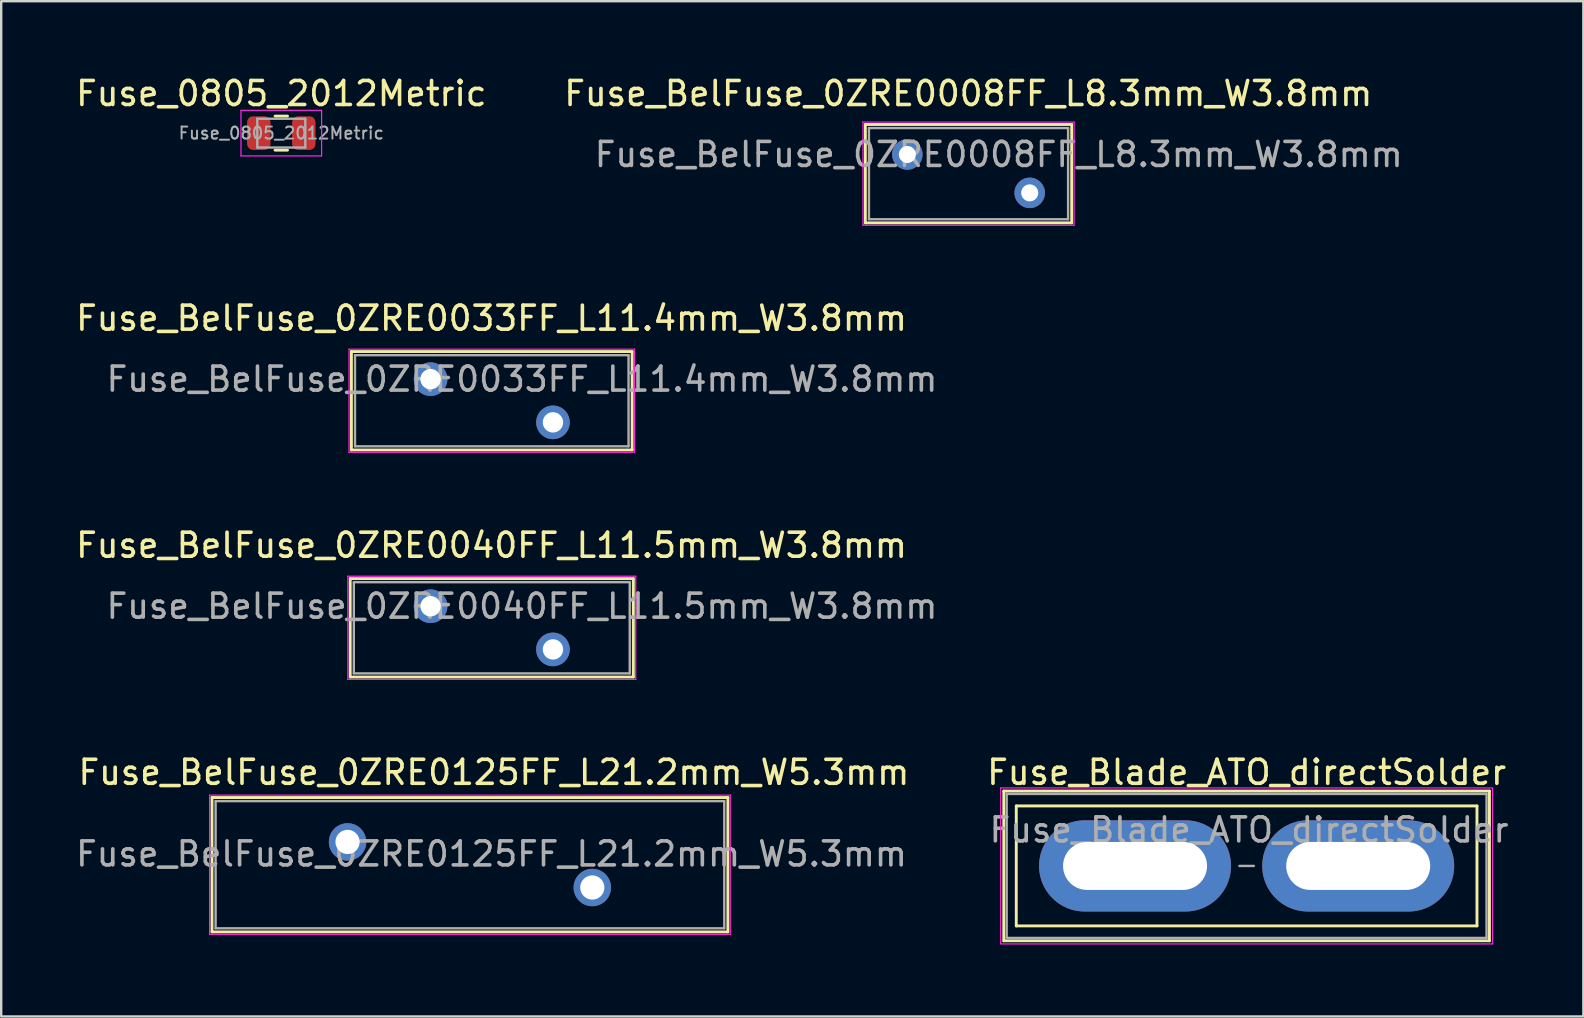
<source format=kicad_pcb>
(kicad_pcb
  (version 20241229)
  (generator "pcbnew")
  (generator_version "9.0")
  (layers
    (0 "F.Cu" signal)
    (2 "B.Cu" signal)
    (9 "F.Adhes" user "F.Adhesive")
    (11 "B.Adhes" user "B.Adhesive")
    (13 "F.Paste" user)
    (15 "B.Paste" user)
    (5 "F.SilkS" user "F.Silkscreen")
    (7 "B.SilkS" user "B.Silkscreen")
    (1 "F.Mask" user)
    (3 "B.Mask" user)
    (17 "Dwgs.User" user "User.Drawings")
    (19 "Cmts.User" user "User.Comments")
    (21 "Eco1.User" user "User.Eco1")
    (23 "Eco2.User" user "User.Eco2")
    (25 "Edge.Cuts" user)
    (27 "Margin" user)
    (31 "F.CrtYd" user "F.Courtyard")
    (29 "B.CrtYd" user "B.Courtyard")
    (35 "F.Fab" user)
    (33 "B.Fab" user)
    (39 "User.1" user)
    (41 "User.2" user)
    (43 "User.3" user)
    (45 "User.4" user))
  (footprint "Fuse_BelFuse_0ZRE0040FF_L11.5mm_W3.8mm"
    (layer "F.Cu")
    (at 14.895 22.215)
    (property "Reference" "Fuse_BelFuse_0ZRE0040FF_L11.5mm_W3.8mm" (at 2.54 -2.54 0) (layer "F.SilkS") (effects (font (size 1 1) (thickness 0.15))))
    (attr through_hole)
    (fp_line (start -3.35 -1.15) (end -3.35 2.95) (stroke (width 0.12) (type solid)) (layer "F.SilkS"))
    (fp_line (start -3.35 -1.15) (end 8.45 -1.15) (stroke (width 0.12) (type solid)) (layer "F.SilkS"))
    (fp_line (start -3.35 2.95) (end 8.45 2.95) (stroke (width 0.12) (type solid)) (layer "F.SilkS"))
    (fp_line (start 8.45 -1.15) (end 8.45 2.95) (stroke (width 0.12) (type solid)) (layer "F.SilkS"))
    (fp_line (start -3.45 -1.25) (end -3.45 3.05) (stroke (width 0.05) (type solid)) (layer "F.CrtYd"))
    (fp_line (start -3.45 -1.25) (end 8.55 -1.25) (stroke (width 0.05) (type solid)) (layer "F.CrtYd"))
    (fp_line (start -3.45 3.05) (end 8.55 3.05) (stroke (width 0.05) (type solid)) (layer "F.CrtYd"))
    (fp_line (start 8.55 -1.25) (end 8.55 3.05) (stroke (width 0.05) (type solid)) (layer "F.CrtYd"))
    (fp_line (start -3.2 -1) (end -3.2 2.8) (stroke (width 0.1) (type solid)) (layer "F.Fab"))
    (fp_line (start -3.2 -1) (end 8.3 -1) (stroke (width 0.1) (type solid)) (layer "F.Fab"))
    (fp_line (start -3.2 2.8) (end 8.3 2.8) (stroke (width 0.1) (type solid)) (layer "F.Fab"))
    (fp_line (start 8.3 -1) (end 8.3 2.8) (stroke (width 0.1) (type solid)) (layer "F.Fab"))
    (fp_text user "${REFERENCE}" (at 3.81 0 0) (layer "F.Fab") (effects (font (size 1 1) (thickness 0.15))))
    (pad "1" thru_hole circle (at 0 0) (size 1.4 1.4) (drill 0.85) (layers "*.Cu" "*.Mask"))
    (pad "2" thru_hole circle (at 5.1 1.8) (size 1.4 1.4) (drill 0.85) (layers "*.Cu" "*.Mask")))
  (footprint "Fuse_BelFuse_0ZRE0008FF_L8.3mm_W3.8mm"
    (layer "F.Cu")
    (at 34.764 3.388)
    (property "Reference" "Fuse_BelFuse_0ZRE0008FF_L8.3mm_W3.8mm" (at 2.54 -2.54 0) (layer "F.SilkS") (effects (font (size 1 1) (thickness 0.15))))
    (attr through_hole)
    (fp_line (start -1.75 -1.25) (end -1.75 2.85) (stroke (width 0.12) (type solid)) (layer "F.SilkS"))
    (fp_line (start -1.75 -1.25) (end 6.85 -1.25) (stroke (width 0.12) (type solid)) (layer "F.SilkS"))
    (fp_line (start -1.75 2.85) (end 6.85 2.85) (stroke (width 0.12) (type solid)) (layer "F.SilkS"))
    (fp_line (start 6.85 -1.25) (end 6.85 2.85) (stroke (width 0.12) (type solid)) (layer "F.SilkS"))
    (fp_line (start -1.85 -1.35) (end -1.85 2.95) (stroke (width 0.05) (type solid)) (layer "F.CrtYd"))
    (fp_line (start -1.85 -1.35) (end 6.95 -1.35) (stroke (width 0.05) (type solid)) (layer "F.CrtYd"))
    (fp_line (start -1.85 2.95) (end 6.95 2.95) (stroke (width 0.05) (type solid)) (layer "F.CrtYd"))
    (fp_line (start 6.95 -1.35) (end 6.95 2.95) (stroke (width 0.05) (type solid)) (layer "F.CrtYd"))
    (fp_line (start -1.6 -1.1) (end -1.6 2.7) (stroke (width 0.1) (type solid)) (layer "F.Fab"))
    (fp_line (start -1.6 -1.1) (end 6.7 -1.1) (stroke (width 0.1) (type solid)) (layer "F.Fab"))
    (fp_line (start -1.6 2.7) (end 6.7 2.7) (stroke (width 0.1) (type solid)) (layer "F.Fab"))
    (fp_line (start 6.7 -1.1) (end 6.7 2.7) (stroke (width 0.1) (type solid)) (layer "F.Fab"))
    (fp_text user "${REFERENCE}" (at 3.81 0 0) (layer "F.Fab") (effects (font (size 1 1) (thickness 0.15))))
    (pad "1" thru_hole circle (at 0 0) (size 1.27 1.27) (drill 0.71) (layers "*.Cu" "*.Mask"))
    (pad "2" thru_hole circle (at 5.1 1.6) (size 1.27 1.27) (drill 0.71) (layers "*.Cu" "*.Mask")))
  (footprint "Fuse_Blade_ATO_directSolder"
    (layer "F.Cu")
    (at 44.254 33.038)
    (property "Reference" "Fuse_Blade_ATO_directSolder" (at 4.65 -3.9 0) (layer "F.SilkS") (effects (font (size 1 1) (thickness 0.15))))
    (attr through_hole)
    (fp_line (start -5.47 -3.12) (end -5.47 3.12) (stroke (width 0.12) (type solid)) (layer "F.SilkS"))
    (fp_line (start -5.47 -3.12) (end 14.77 -3.12) (stroke (width 0.12) (type solid)) (layer "F.SilkS"))
    (fp_line (start -4.95 -2.5) (end 14.25 -2.5) (stroke (width 0.12) (type solid)) (layer "F.SilkS"))
    (fp_line (start -4.95 2.5) (end -4.95 -2.5) (stroke (width 0.12) (type solid)) (layer "F.SilkS"))
    (fp_line (start 14.25 -2.5) (end 14.25 2.5) (stroke (width 0.12) (type solid)) (layer "F.SilkS"))
    (fp_line (start 14.25 2.5) (end -4.95 2.5) (stroke (width 0.12) (type solid)) (layer "F.SilkS"))
    (fp_line (start 14.77 3.12) (end -5.47 3.12) (stroke (width 0.12) (type solid)) (layer "F.SilkS"))
    (fp_line (start 14.77 3.12) (end 14.77 -3.12) (stroke (width 0.12) (type solid)) (layer "F.SilkS"))
    (fp_line (start -5.6 -3.25) (end -5.6 3.25) (stroke (width 0.05) (type solid)) (layer "F.CrtYd"))
    (fp_line (start -5.6 -3.25) (end 14.9 -3.25) (stroke (width 0.05) (type solid)) (layer "F.CrtYd"))
    (fp_line (start 14.9 3.25) (end -5.6 3.25) (stroke (width 0.05) (type solid)) (layer "F.CrtYd"))
    (fp_line (start 14.9 3.25) (end 14.9 -3.25) (stroke (width 0.05) (type solid)) (layer "F.CrtYd"))
    (fp_line (start -5.35 -3) (end 14.65 -3) (stroke (width 0.1) (type solid)) (layer "F.Fab"))
    (fp_line (start -5.35 3) (end -5.35 -3) (stroke (width 0.1) (type solid)) (layer "F.Fab"))
    (fp_line (start 4.95 0) (end 4.35 0) (stroke (width 0.1) (type solid)) (layer "F.Fab"))
    (fp_line (start 14.65 -3) (end 14.65 3) (stroke (width 0.1) (type solid)) (layer "F.Fab"))
    (fp_line (start 14.65 3) (end -5.35 3) (stroke (width 0.1) (type solid)) (layer "F.Fab"))
    (fp_text user "${REFERENCE}" (at 4.75 -1.5 0) (layer "F.Fab") (effects (font (size 1 1) (thickness 0.15))))
    (pad "1" thru_hole oval (at 0 0) (size 8 3.8) (drill oval 6 2) (layers "*.Cu" "*.Mask"))
    (pad "2" thru_hole oval (at 9.3 0) (size 8 3.8) (drill oval 6 2) (layers "*.Cu" "*.Mask")))
  (footprint "Fuse_BelFuse_0ZRE0125FF_L21.2mm_W5.3mm"
    (layer "F.Cu")
    (at 11.435 32.038)
    (property "Reference" "Fuse_BelFuse_0ZRE0125FF_L21.2mm_W5.3mm" (at 6.1 -2.9 0) (layer "F.SilkS") (effects (font (size 1 1) (thickness 0.15))))
    (attr through_hole)
    (fp_line (start -5.65 -1.85) (end -5.65 3.75) (stroke (width 0.12) (type solid)) (layer "F.SilkS"))
    (fp_line (start -5.65 -1.85) (end 15.85 -1.85) (stroke (width 0.12) (type solid)) (layer "F.SilkS"))
    (fp_line (start -5.65 3.75) (end 15.85 3.75) (stroke (width 0.12) (type solid)) (layer "F.SilkS"))
    (fp_line (start 15.85 -1.85) (end 15.85 3.75) (stroke (width 0.12) (type solid)) (layer "F.SilkS"))
    (fp_line (start -5.75 -1.95) (end -5.75 3.85) (stroke (width 0.05) (type solid)) (layer "F.CrtYd"))
    (fp_line (start -5.75 -1.95) (end 15.95 -1.95) (stroke (width 0.05) (type solid)) (layer "F.CrtYd"))
    (fp_line (start -5.75 3.85) (end 15.95 3.85) (stroke (width 0.05) (type solid)) (layer "F.CrtYd"))
    (fp_line (start 15.95 -1.95) (end 15.95 3.85) (stroke (width 0.05) (type solid)) (layer "F.CrtYd"))
    (fp_line (start -5.5 -1.7) (end -5.5 3.6) (stroke (width 0.1) (type solid)) (layer "F.Fab"))
    (fp_line (start -5.5 -1.7) (end 15.7 -1.7) (stroke (width 0.1) (type solid)) (layer "F.Fab"))
    (fp_line (start -5.5 3.6) (end 15.7 3.6) (stroke (width 0.1) (type solid)) (layer "F.Fab"))
    (fp_line (start 15.7 -1.7) (end 15.7 3.6) (stroke (width 0.1) (type solid)) (layer "F.Fab"))
    (fp_text user "${REFERENCE}" (at 6 0.5 0) (layer "F.Fab") (effects (font (size 1 1) (thickness 0.15))))
    (pad "1" thru_hole circle (at 0 0) (size 1.56 1.56) (drill 1.01) (layers "*.Cu" "*.Mask"))
    (pad "2" thru_hole circle (at 10.2 1.9) (size 1.56 1.56) (drill 1.01) (layers "*.Cu" "*.Mask")))
  (footprint "Fuse_BelFuse_0ZRE0033FF_L11.4mm_W3.8mm"
    (layer "F.Cu")
    (at 14.895 12.752)
    (property "Reference" "Fuse_BelFuse_0ZRE0033FF_L11.4mm_W3.8mm" (at 2.54 -2.54 0) (layer "F.SilkS") (effects (font (size 1 1) (thickness 0.15))))
    (attr through_hole)
    (fp_line (start -3.3 -1.15) (end -3.3 2.95) (stroke (width 0.12) (type solid)) (layer "F.SilkS"))
    (fp_line (start -3.3 -1.15) (end 8.4 -1.15) (stroke (width 0.12) (type solid)) (layer "F.SilkS"))
    (fp_line (start -3.3 2.95) (end 8.4 2.95) (stroke (width 0.12) (type solid)) (layer "F.SilkS"))
    (fp_line (start 8.4 -1.15) (end 8.4 2.95) (stroke (width 0.12) (type solid)) (layer "F.SilkS"))
    (fp_line (start -3.4 -1.25) (end -3.4 3.05) (stroke (width 0.05) (type solid)) (layer "F.CrtYd"))
    (fp_line (start -3.4 -1.25) (end 8.5 -1.25) (stroke (width 0.05) (type solid)) (layer "F.CrtYd"))
    (fp_line (start -3.4 3.05) (end 8.5 3.05) (stroke (width 0.05) (type solid)) (layer "F.CrtYd"))
    (fp_line (start 8.5 -1.25) (end 8.5 3.05) (stroke (width 0.05) (type solid)) (layer "F.CrtYd"))
    (fp_line (start -3.15 -1) (end -3.15 2.8) (stroke (width 0.1) (type solid)) (layer "F.Fab"))
    (fp_line (start -3.15 -1) (end 8.25 -1) (stroke (width 0.1) (type solid)) (layer "F.Fab"))
    (fp_line (start -3.15 2.8) (end 8.25 2.8) (stroke (width 0.1) (type solid)) (layer "F.Fab"))
    (fp_line (start 8.25 -1) (end 8.25 2.8) (stroke (width 0.1) (type solid)) (layer "F.Fab"))
    (fp_text user "${REFERENCE}" (at 3.81 0 0) (layer "F.Fab") (effects (font (size 1 1) (thickness 0.15))))
    (pad "1" thru_hole circle (at 0 0) (size 1.4 1.4) (drill 0.85) (layers "*.Cu" "*.Mask"))
    (pad "2" thru_hole circle (at 5.1 1.8) (size 1.4 1.4) (drill 0.85) (layers "*.Cu" "*.Mask")))
  (footprint "Fuse_0805_2012Metric"
    (layer "F.Cu")
    (at 8.673 2.498)
    (property "Reference" "Fuse_0805_2012Metric" (at 0 -1.65 0) (layer "F.SilkS") (effects (font (size 1 1) (thickness 0.15))))
    (attr smd)
    (fp_line (start -0.259 -0.71) (end 0.259 -0.71) (stroke (width 0.12) (type solid)) (layer "F.SilkS"))
    (fp_line (start -0.259 0.71) (end 0.259 0.71) (stroke (width 0.12) (type solid)) (layer "F.SilkS"))
    (fp_line (start -1.68 -0.95) (end 1.68 -0.95) (stroke (width 0.05) (type solid)) (layer "F.CrtYd"))
    (fp_line (start -1.68 0.95) (end -1.68 -0.95) (stroke (width 0.05) (type solid)) (layer "F.CrtYd"))
    (fp_line (start 1.68 -0.95) (end 1.68 0.95) (stroke (width 0.05) (type solid)) (layer "F.CrtYd"))
    (fp_line (start 1.68 0.95) (end -1.68 0.95) (stroke (width 0.05) (type solid)) (layer "F.CrtYd"))
    (fp_line (start -1 -0.6) (end 1 -0.6) (stroke (width 0.1) (type solid)) (layer "F.Fab"))
    (fp_line (start -1 0.6) (end -1 -0.6) (stroke (width 0.1) (type solid)) (layer "F.Fab"))
    (fp_line (start 1 -0.6) (end 1 0.6) (stroke (width 0.1) (type solid)) (layer "F.Fab"))
    (fp_line (start 1 0.6) (end -1 0.6) (stroke (width 0.1) (type solid)) (layer "F.Fab"))
    (fp_text user "${REFERENCE}" (at 0 0 0) (layer "F.Fab") (effects (font (size 0.5 0.5) (thickness 0.08))))
    (pad "1" smd roundrect (at -0.938 0) (size 0.975 1.4) (layers "F.Cu" "F.Mask" "F.Paste") (roundrect_rratio 0.25))
    (pad "2" smd roundrect (at 0.938 0) (size 0.975 1.4) (layers "F.Cu" "F.Mask" "F.Paste") (roundrect_rratio 0.25)))
  (gr_rect
    (start -3 -3)
    (end 62.938 39.313)
    (stroke (width 0.1) (type default))
    (fill no)
    (layer "Edge.Cuts")))
</source>
